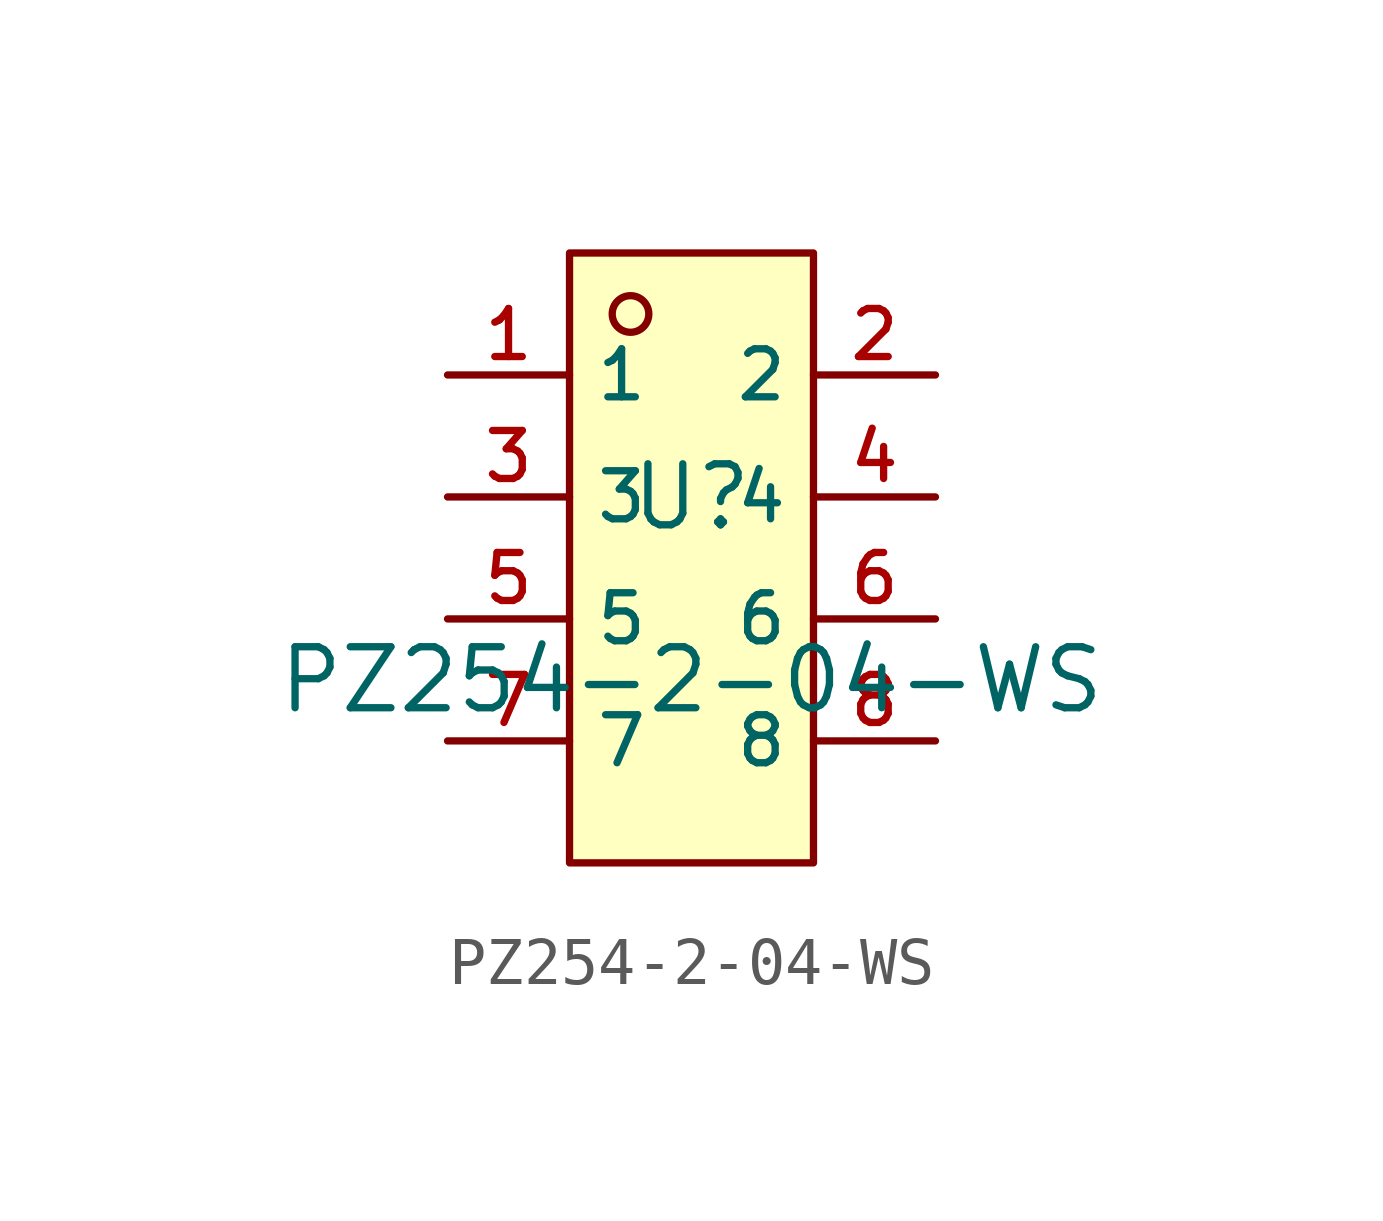
<source format=kicad_sym>
(kicad_symbol_lib
  (version 20210201)
  (generator TousstNicolas/JLC2KiCad_lib)
  (symbol "PZ254-2-04-WS"
    (property "Reference" "U"
      (at 0 1.27 0)
      (effects (font (size 1.27 1.27))))
    (property "Value" "PZ254-2-04-WS"
      (at 0 -2.54 0)
      (effects (font (size 1.27 1.27))))
    (symbol "PZ254-2-04-WS_0_1"
      (rectangle (start -2.54 6.35) (end 2.54 -6.35) (stroke (width 0) (type default) (color 0 0 0 0)) (fill (type background)))
      (circle (center -1.27 5.08) (radius 0.381) (stroke (width 0) (type default) (color 0 0 0 0)) (fill (type background)))
      (pin unspecified line (at -5.08 3.81 0) (length 2.54) (name "1" (effects (font (size 1 1)))) (number "1" (effects (font (size 1 1)))))
      (pin unspecified line (at 5.08 -3.81 180) (length 2.54) (name "8" (effects (font (size 1 1)))) (number "8" (effects (font (size 1 1)))))
      (pin unspecified line (at -5.08 1.27 0) (length 2.54) (name "3" (effects (font (size 1 1)))) (number "3" (effects (font (size 1 1)))))
      (pin unspecified line (at 5.08 -1.27 180) (length 2.54) (name "6" (effects (font (size 1 1)))) (number "6" (effects (font (size 1 1)))))
      (pin unspecified line (at -5.08 -1.27 0) (length 2.54) (name "5" (effects (font (size 1 1)))) (number "5" (effects (font (size 1 1)))))
      (pin unspecified line (at 5.08 1.27 180) (length 2.54) (name "4" (effects (font (size 1 1)))) (number "4" (effects (font (size 1 1)))))
      (pin unspecified line (at -5.08 -3.81 0) (length 2.54) (name "7" (effects (font (size 1 1)))) (number "7" (effects (font (size 1 1)))))
      (pin unspecified line (at 5.08 3.81 180) (length 2.54) (name "2" (effects (font (size 1 1)))) (number "2" (effects (font (size 1 1))))))))
</source>
